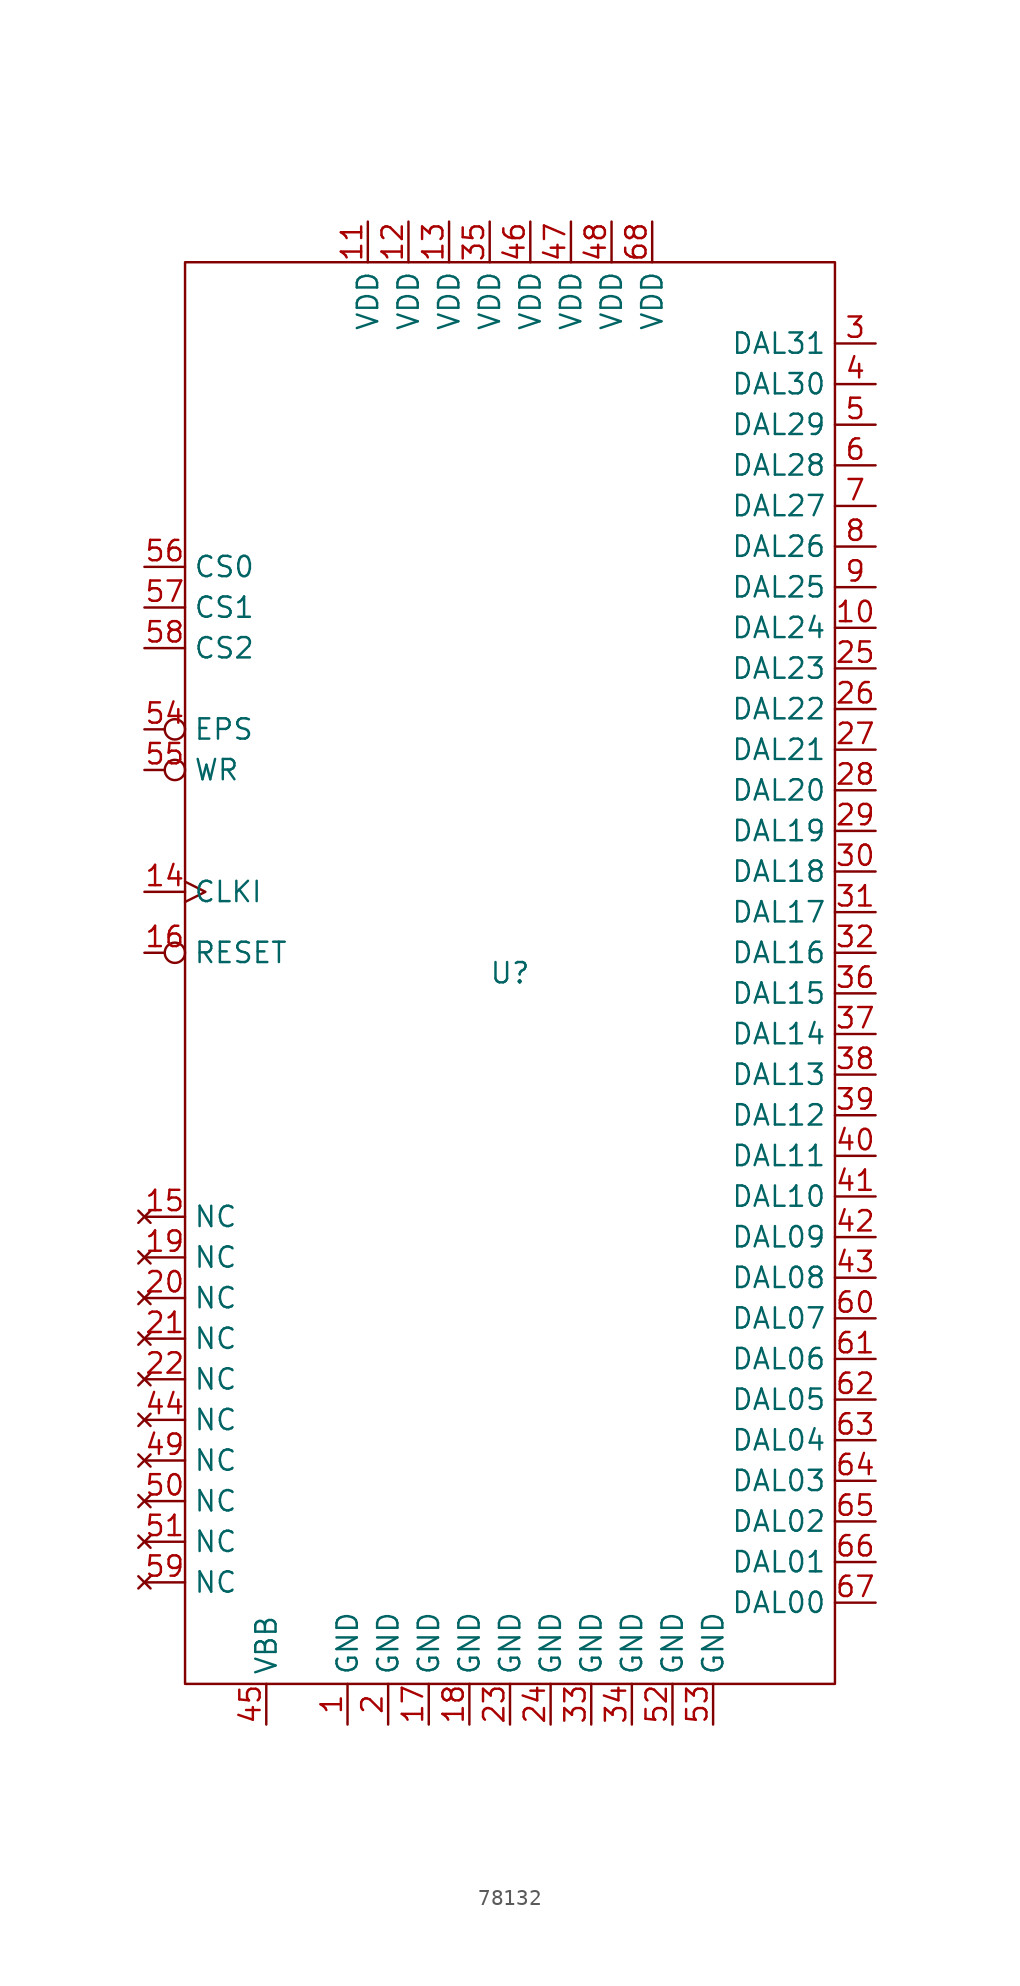
<source format=kicad_sym>
(kicad_symbol_lib
  (version 20241209)
  (generator "kicad_symbol_editor")
  (generator_version "9.0")
  (symbol "78132"
    (property "Reference" "U"
      (at 0 0 0)
      (effects (font (size 1.27 1.27))))
    (property "Value" ""
      (at 0 0 0)
      (effects (font (size 1.27 1.27))))
    (symbol "78132_0_0"
      (pin bidirectional line (at -22.86 25.4 0) (length 2.54) (name "CS0" (effects (font (size 1.27 1.27)))) (number "56" (effects (font (size 1.27 1.27)))))
      (pin bidirectional line (at -22.86 22.86 0) (length 2.54) (name "CS1" (effects (font (size 1.27 1.27)))) (number "57" (effects (font (size 1.27 1.27)))))
      (pin output line (at -22.86 20.32 0) (length 2.54) (name "CS2" (effects (font (size 1.27 1.27)))) (number "58" (effects (font (size 1.27 1.27)))))
      (pin output inverted (at -22.86 15.24 0) (length 2.54) (name "EPS" (effects (font (size 1.27 1.27)))) (number "54" (effects (font (size 1.27 1.27)))))
      (pin output inverted (at -22.86 12.7 0) (length 2.54) (name "WR" (effects (font (size 1.27 1.27)))) (number "55" (effects (font (size 1.27 1.27)))))
      (pin input clock (at -22.86 5.08 0) (length 2.54) (name "CLKI" (effects (font (size 1.27 1.27)))) (number "14" (effects (font (size 1.27 1.27)))))
      (pin input inverted (at -22.86 1.27 0) (length 2.54) (name "RESET" (effects (font (size 1.27 1.27)))) (number "16" (effects (font (size 1.27 1.27)))))
      (pin no_connect line (at -22.86 -15.24 0) (length 2.54) (name "NC" (effects (font (size 1.27 1.27)))) (number "15" (effects (font (size 1.27 1.27)))))
      (pin no_connect line (at -22.86 -17.78 0) (length 2.54) (name "NC" (effects (font (size 1.27 1.27)))) (number "19" (effects (font (size 1.27 1.27)))))
      (pin no_connect line (at -22.86 -20.32 0) (length 2.54) (name "NC" (effects (font (size 1.27 1.27)))) (number "20" (effects (font (size 1.27 1.27)))))
      (pin no_connect line (at -22.86 -22.86 0) (length 2.54) (name "NC" (effects (font (size 1.27 1.27)))) (number "21" (effects (font (size 1.27 1.27)))))
      (pin no_connect line (at -22.86 -25.4 0) (length 2.54) (name "NC" (effects (font (size 1.27 1.27)))) (number "22" (effects (font (size 1.27 1.27)))))
      (pin no_connect line (at -22.86 -27.94 0) (length 2.54) (name "NC" (effects (font (size 1.27 1.27)))) (number "44" (effects (font (size 1.27 1.27)))))
      (pin no_connect line (at -22.86 -30.48 0) (length 2.54) (name "NC" (effects (font (size 1.27 1.27)))) (number "49" (effects (font (size 1.27 1.27)))))
      (pin no_connect line (at -22.86 -33.02 0) (length 2.54) (name "NC" (effects (font (size 1.27 1.27)))) (number "50" (effects (font (size 1.27 1.27)))))
      (pin no_connect line (at -22.86 -35.56 0) (length 2.54) (name "NC" (effects (font (size 1.27 1.27)))) (number "51" (effects (font (size 1.27 1.27)))))
      (pin no_connect line (at -22.86 -38.1 0) (length 2.54) (name "NC" (effects (font (size 1.27 1.27)))) (number "59" (effects (font (size 1.27 1.27)))))
      (pin power_in line (at -15.24 -46.99 90) (length 2.54) (name "VBB" (effects (font (size 1.27 1.27)))) (number "45" (effects (font (size 1.27 1.27)))))
      (pin power_in line (at -10.16 -46.99 90) (length 2.54) (name "GND" (effects (font (size 1.27 1.27)))) (number "1" (effects (font (size 1.27 1.27)))))
      (pin power_in line (at -8.89 46.99 270) (length 2.54) (name "VDD" (effects (font (size 1.27 1.27)))) (number "11" (effects (font (size 1.27 1.27)))))
      (pin power_in line (at -7.62 -46.99 90) (length 2.54) (name "GND" (effects (font (size 1.27 1.27)))) (number "2" (effects (font (size 1.27 1.27)))))
      (pin power_in line (at -6.35 46.99 270) (length 2.54) (name "VDD" (effects (font (size 1.27 1.27)))) (number "12" (effects (font (size 1.27 1.27)))))
      (pin power_in line (at -5.08 -46.99 90) (length 2.54) (name "GND" (effects (font (size 1.27 1.27)))) (number "17" (effects (font (size 1.27 1.27)))))
      (pin power_in line (at -3.81 46.99 270) (length 2.54) (name "VDD" (effects (font (size 1.27 1.27)))) (number "13" (effects (font (size 1.27 1.27)))))
      (pin power_in line (at -2.54 -46.99 90) (length 2.54) (name "GND" (effects (font (size 1.27 1.27)))) (number "18" (effects (font (size 1.27 1.27)))))
      (pin power_in line (at -1.27 46.99 270) (length 2.54) (name "VDD" (effects (font (size 1.27 1.27)))) (number "35" (effects (font (size 1.27 1.27)))))
      (pin power_in line (at 0 -46.99 90) (length 2.54) (name "GND" (effects (font (size 1.27 1.27)))) (number "23" (effects (font (size 1.27 1.27)))))
      (pin power_in line (at 1.27 46.99 270) (length 2.54) (name "VDD" (effects (font (size 1.27 1.27)))) (number "46" (effects (font (size 1.27 1.27)))))
      (pin power_in line (at 2.54 -46.99 90) (length 2.54) (name "GND" (effects (font (size 1.27 1.27)))) (number "24" (effects (font (size 1.27 1.27)))))
      (pin power_in line (at 3.81 46.99 270) (length 2.54) (name "VDD" (effects (font (size 1.27 1.27)))) (number "47" (effects (font (size 1.27 1.27)))))
      (pin power_in line (at 5.08 -46.99 90) (length 2.54) (name "GND" (effects (font (size 1.27 1.27)))) (number "33" (effects (font (size 1.27 1.27)))))
      (pin power_in line (at 6.35 46.99 270) (length 2.54) (name "VDD" (effects (font (size 1.27 1.27)))) (number "48" (effects (font (size 1.27 1.27)))))
      (pin power_in line (at 7.62 -46.99 90) (length 2.54) (name "GND" (effects (font (size 1.27 1.27)))) (number "34" (effects (font (size 1.27 1.27)))))
      (pin power_in line (at 8.89 46.99 270) (length 2.54) (name "VDD" (effects (font (size 1.27 1.27)))) (number "68" (effects (font (size 1.27 1.27)))))
      (pin power_in line (at 10.16 -46.99 90) (length 2.54) (name "GND" (effects (font (size 1.27 1.27)))) (number "52" (effects (font (size 1.27 1.27)))))
      (pin power_in line (at 12.7 -46.99 90) (length 2.54) (name "GND" (effects (font (size 1.27 1.27)))) (number "53" (effects (font (size 1.27 1.27)))))
      (pin bidirectional line (at 22.86 39.37 180) (length 2.54) (name "DAL31" (effects (font (size 1.27 1.27)))) (number "3" (effects (font (size 1.27 1.27)))))
      (pin bidirectional line (at 22.86 36.83 180) (length 2.54) (name "DAL30" (effects (font (size 1.27 1.27)))) (number "4" (effects (font (size 1.27 1.27)))))
      (pin bidirectional line (at 22.86 34.29 180) (length 2.54) (name "DAL29" (effects (font (size 1.27 1.27)))) (number "5" (effects (font (size 1.27 1.27)))))
      (pin bidirectional line (at 22.86 31.75 180) (length 2.54) (name "DAL28" (effects (font (size 1.27 1.27)))) (number "6" (effects (font (size 1.27 1.27)))))
      (pin bidirectional line (at 22.86 29.21 180) (length 2.54) (name "DAL27" (effects (font (size 1.27 1.27)))) (number "7" (effects (font (size 1.27 1.27)))))
      (pin bidirectional line (at 22.86 26.67 180) (length 2.54) (name "DAL26" (effects (font (size 1.27 1.27)))) (number "8" (effects (font (size 1.27 1.27)))))
      (pin bidirectional line (at 22.86 24.13 180) (length 2.54) (name "DAL25" (effects (font (size 1.27 1.27)))) (number "9" (effects (font (size 1.27 1.27)))))
      (pin bidirectional line (at 22.86 21.59 180) (length 2.54) (name "DAL24" (effects (font (size 1.27 1.27)))) (number "10" (effects (font (size 1.27 1.27)))))
      (pin bidirectional line (at 22.86 19.05 180) (length 2.54) (name "DAL23" (effects (font (size 1.27 1.27)))) (number "25" (effects (font (size 1.27 1.27)))))
      (pin bidirectional line (at 22.86 16.51 180) (length 2.54) (name "DAL22" (effects (font (size 1.27 1.27)))) (number "26" (effects (font (size 1.27 1.27)))))
      (pin bidirectional line (at 22.86 13.97 180) (length 2.54) (name "DAL21" (effects (font (size 1.27 1.27)))) (number "27" (effects (font (size 1.27 1.27)))))
      (pin bidirectional line (at 22.86 11.43 180) (length 2.54) (name "DAL20" (effects (font (size 1.27 1.27)))) (number "28" (effects (font (size 1.27 1.27)))))
      (pin bidirectional line (at 22.86 8.89 180) (length 2.54) (name "DAL19" (effects (font (size 1.27 1.27)))) (number "29" (effects (font (size 1.27 1.27)))))
      (pin bidirectional line (at 22.86 6.35 180) (length 2.54) (name "DAL18" (effects (font (size 1.27 1.27)))) (number "30" (effects (font (size 1.27 1.27)))))
      (pin bidirectional line (at 22.86 3.81 180) (length 2.54) (name "DAL17" (effects (font (size 1.27 1.27)))) (number "31" (effects (font (size 1.27 1.27)))))
      (pin bidirectional line (at 22.86 1.27 180) (length 2.54) (name "DAL16" (effects (font (size 1.27 1.27)))) (number "32" (effects (font (size 1.27 1.27)))))
      (pin bidirectional line (at 22.86 -1.27 180) (length 2.54) (name "DAL15" (effects (font (size 1.27 1.27)))) (number "36" (effects (font (size 1.27 1.27)))))
      (pin bidirectional line (at 22.86 -3.81 180) (length 2.54) (name "DAL14" (effects (font (size 1.27 1.27)))) (number "37" (effects (font (size 1.27 1.27)))))
      (pin bidirectional line (at 22.86 -6.35 180) (length 2.54) (name "DAL13" (effects (font (size 1.27 1.27)))) (number "38" (effects (font (size 1.27 1.27)))))
      (pin bidirectional line (at 22.86 -8.89 180) (length 2.54) (name "DAL12" (effects (font (size 1.27 1.27)))) (number "39" (effects (font (size 1.27 1.27)))))
      (pin bidirectional line (at 22.86 -11.43 180) (length 2.54) (name "DAL11" (effects (font (size 1.27 1.27)))) (number "40" (effects (font (size 1.27 1.27)))))
      (pin bidirectional line (at 22.86 -13.97 180) (length 2.54) (name "DAL10" (effects (font (size 1.27 1.27)))) (number "41" (effects (font (size 1.27 1.27)))))
      (pin bidirectional line (at 22.86 -16.51 180) (length 2.54) (name "DAL09" (effects (font (size 1.27 1.27)))) (number "42" (effects (font (size 1.27 1.27)))))
      (pin bidirectional line (at 22.86 -19.05 180) (length 2.54) (name "DAL08" (effects (font (size 1.27 1.27)))) (number "43" (effects (font (size 1.27 1.27)))))
      (pin bidirectional line (at 22.86 -21.59 180) (length 2.54) (name "DAL07" (effects (font (size 1.27 1.27)))) (number "60" (effects (font (size 1.27 1.27)))))
      (pin bidirectional line (at 22.86 -24.13 180) (length 2.54) (name "DAL06" (effects (font (size 1.27 1.27)))) (number "61" (effects (font (size 1.27 1.27)))))
      (pin bidirectional line (at 22.86 -26.67 180) (length 2.54) (name "DAL05" (effects (font (size 1.27 1.27)))) (number "62" (effects (font (size 1.27 1.27)))))
      (pin bidirectional line (at 22.86 -29.21 180) (length 2.54) (name "DAL04" (effects (font (size 1.27 1.27)))) (number "63" (effects (font (size 1.27 1.27)))))
      (pin bidirectional line (at 22.86 -31.75 180) (length 2.54) (name "DAL03" (effects (font (size 1.27 1.27)))) (number "64" (effects (font (size 1.27 1.27)))))
      (pin bidirectional line (at 22.86 -34.29 180) (length 2.54) (name "DAL02" (effects (font (size 1.27 1.27)))) (number "65" (effects (font (size 1.27 1.27)))))
      (pin bidirectional line (at 22.86 -36.83 180) (length 2.54) (name "DAL01" (effects (font (size 1.27 1.27)))) (number "66" (effects (font (size 1.27 1.27)))))
      (pin bidirectional line (at 22.86 -39.37 180) (length 2.54) (name "DAL00" (effects (font (size 1.27 1.27)))) (number "67" (effects (font (size 1.27 1.27))))))
    (symbol "78132_0_1"
      (rectangle (start -20.32 44.45) (end 20.32 -44.45) (stroke (width 0) (type default)) (fill (type none))))))
</source>
